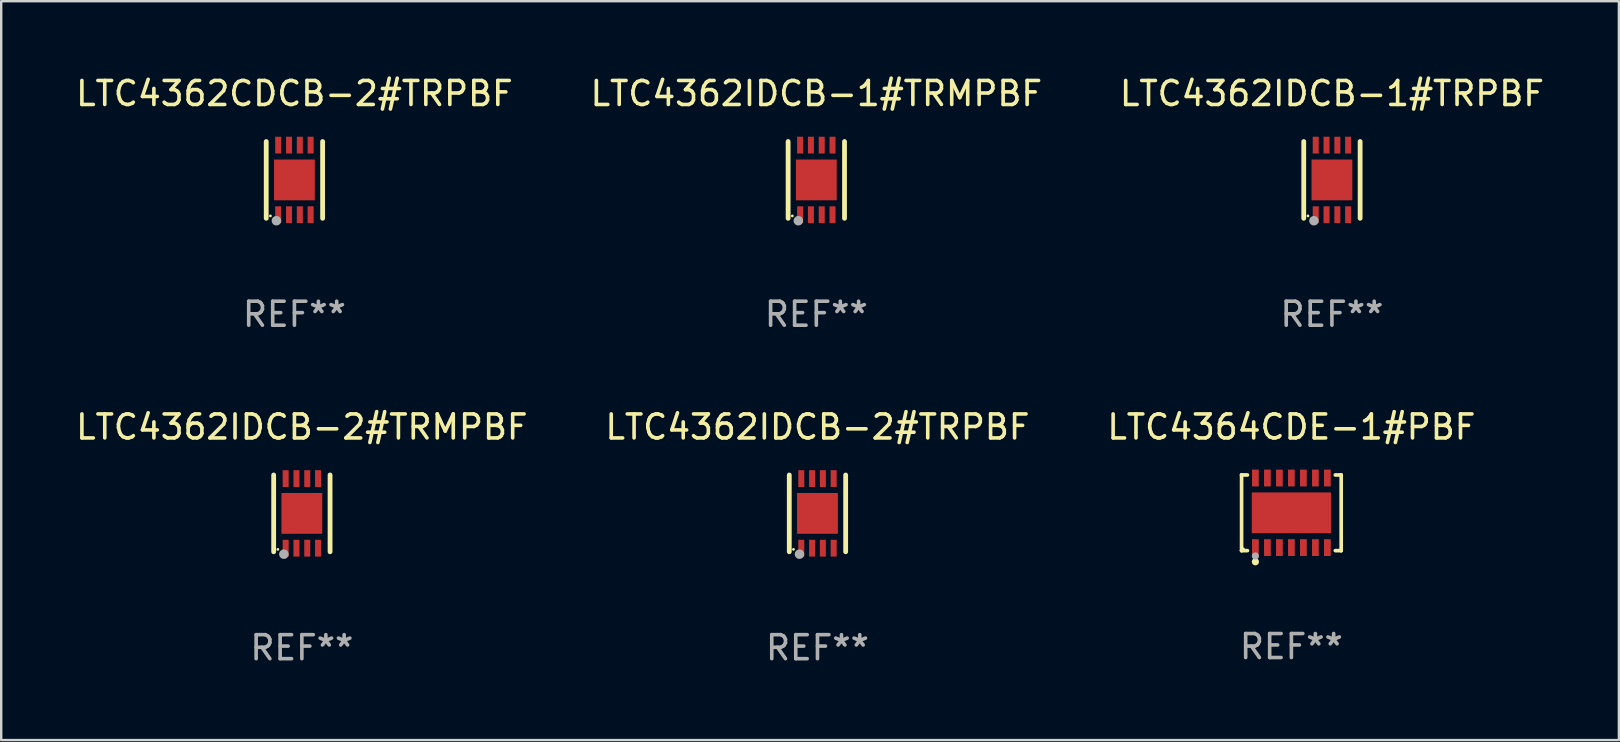
<source format=kicad_pcb>
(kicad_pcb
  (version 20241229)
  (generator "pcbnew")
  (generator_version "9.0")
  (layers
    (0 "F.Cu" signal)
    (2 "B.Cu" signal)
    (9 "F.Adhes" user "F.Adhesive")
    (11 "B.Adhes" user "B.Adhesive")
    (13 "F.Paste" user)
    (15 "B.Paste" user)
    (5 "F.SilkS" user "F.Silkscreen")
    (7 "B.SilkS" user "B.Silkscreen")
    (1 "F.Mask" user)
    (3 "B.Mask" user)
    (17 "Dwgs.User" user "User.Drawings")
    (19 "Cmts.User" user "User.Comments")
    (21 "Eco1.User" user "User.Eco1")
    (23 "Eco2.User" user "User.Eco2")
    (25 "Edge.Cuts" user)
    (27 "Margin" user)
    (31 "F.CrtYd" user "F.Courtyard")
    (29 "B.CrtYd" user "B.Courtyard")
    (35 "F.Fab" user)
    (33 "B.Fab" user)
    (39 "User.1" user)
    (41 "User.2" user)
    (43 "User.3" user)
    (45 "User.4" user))
  (footprint "LTC4362IDCB-2#TRMPBF"
    (layer "F.Cu")
    (at 9.53 18.345)
    (property "Reference" "LTC4362IDCB-2#TRMPBF" (at 0 -3.6 0) (layer "F.SilkS") (effects (font (size 1 1) (thickness 0.15))))
    (attr through_hole)
    (fp_line (start -1.175 1.6) (end -1.175 -1.6) (stroke (width 0.2) (type solid)) (layer "F.SilkS"))
    (fp_line (start 1.175 1.6) (end 1.175 -1.6) (stroke (width 0.2) (type solid)) (layer "F.SilkS"))
    (fp_circle (center -1 1.5) (end -0.97 1.5) (stroke (width 0.06) (type solid)) (fill no) (layer "F.SilkS"))
    (fp_circle (center -0.75 1.7) (end -0.65 1.7) (stroke (width 0.2) (type solid)) (fill no) (layer "F.Fab"))
    (fp_text user "REF**" (at 0 5.6 0) (layer "F.Fab") (effects (font (size 1 1) (thickness 0.15))))
    (pad "1" smd rect (at -0.675 1.45 90) (size 0.7 0.25) (layers "F.Cu" "F.Mask" "F.Paste"))
    (pad "2" smd rect (at -0.225 1.45 90) (size 0.7 0.25) (layers "F.Cu" "F.Mask" "F.Paste"))
    (pad "3" smd rect (at 0.225 1.45 90) (size 0.7 0.25) (layers "F.Cu" "F.Mask" "F.Paste"))
    (pad "4" smd rect (at 0.675 1.45 90) (size 0.7 0.25) (layers "F.Cu" "F.Mask" "F.Paste"))
    (pad "5" smd rect (at 0.675 -1.45 90) (size 0.7 0.25) (layers "F.Cu" "F.Mask" "F.Paste"))
    (pad "6" smd rect (at 0.225 -1.45 90) (size 0.7 0.25) (layers "F.Cu" "F.Mask" "F.Paste"))
    (pad "7" smd rect (at -0.225 -1.45 90) (size 0.7 0.25) (layers "F.Cu" "F.Mask" "F.Paste"))
    (pad "8" smd rect (at -0.675 -1.45 90) (size 0.7 0.25) (layers "F.Cu" "F.Mask" "F.Paste"))
    (pad "9" smd rect (at 0.000127 0 90) (size 1.7 1.7) (layers "F.Cu" "F.Mask" "F.Paste")))
  (footprint "LTC4362IDCB-1#TRMPBF"
    (layer "F.Cu")
    (at 30.97 4.448)
    (property "Reference" "LTC4362IDCB-1#TRMPBF" (at 0 -3.6 0) (layer "F.SilkS") (effects (font (size 1 1) (thickness 0.15))))
    (attr through_hole)
    (fp_line (start -1.175 1.6) (end -1.175 -1.6) (stroke (width 0.2) (type solid)) (layer "F.SilkS"))
    (fp_line (start 1.175 1.6) (end 1.175 -1.6) (stroke (width 0.2) (type solid)) (layer "F.SilkS"))
    (fp_circle (center -1 1.5) (end -0.97 1.5) (stroke (width 0.06) (type solid)) (fill no) (layer "F.SilkS"))
    (fp_circle (center -0.75 1.7) (end -0.65 1.7) (stroke (width 0.2) (type solid)) (fill no) (layer "F.Fab"))
    (fp_text user "REF**" (at 0 5.6 0) (layer "F.Fab") (effects (font (size 1 1) (thickness 0.15))))
    (pad "1" smd rect (at -0.675 1.45 90) (size 0.7 0.25) (layers "F.Cu" "F.Mask" "F.Paste"))
    (pad "2" smd rect (at -0.225 1.45 90) (size 0.7 0.25) (layers "F.Cu" "F.Mask" "F.Paste"))
    (pad "3" smd rect (at 0.225 1.45 90) (size 0.7 0.25) (layers "F.Cu" "F.Mask" "F.Paste"))
    (pad "4" smd rect (at 0.675 1.45 90) (size 0.7 0.25) (layers "F.Cu" "F.Mask" "F.Paste"))
    (pad "5" smd rect (at 0.675 -1.45 90) (size 0.7 0.25) (layers "F.Cu" "F.Mask" "F.Paste"))
    (pad "6" smd rect (at 0.225 -1.45 90) (size 0.7 0.25) (layers "F.Cu" "F.Mask" "F.Paste"))
    (pad "7" smd rect (at -0.225 -1.45 90) (size 0.7 0.25) (layers "F.Cu" "F.Mask" "F.Paste"))
    (pad "8" smd rect (at -0.675 -1.45 90) (size 0.7 0.25) (layers "F.Cu" "F.Mask" "F.Paste"))
    (pad "9" smd rect (at 0.000127 0 90) (size 1.7 1.7) (layers "F.Cu" "F.Mask" "F.Paste")))
  (footprint "LTC4362CDCB-2#TRPBF"
    (layer "F.Cu")
    (at 9.22 4.448)
    (property "Reference" "LTC4362CDCB-2#TRPBF" (at 0 -3.6 0) (layer "F.SilkS") (effects (font (size 1 1) (thickness 0.15))))
    (attr through_hole)
    (fp_line (start -1.175 1.6) (end -1.175 -1.6) (stroke (width 0.2) (type solid)) (layer "F.SilkS"))
    (fp_line (start 1.175 1.6) (end 1.175 -1.6) (stroke (width 0.2) (type solid)) (layer "F.SilkS"))
    (fp_circle (center -1 1.5) (end -0.97 1.5) (stroke (width 0.06) (type solid)) (fill no) (layer "F.SilkS"))
    (fp_circle (center -0.75 1.7) (end -0.65 1.7) (stroke (width 0.2) (type solid)) (fill no) (layer "F.Fab"))
    (fp_text user "REF**" (at 0 5.6 0) (layer "F.Fab") (effects (font (size 1 1) (thickness 0.15))))
    (pad "1" smd rect (at -0.675 1.45 90) (size 0.7 0.25) (layers "F.Cu" "F.Mask" "F.Paste"))
    (pad "2" smd rect (at -0.225 1.45 90) (size 0.7 0.25) (layers "F.Cu" "F.Mask" "F.Paste"))
    (pad "3" smd rect (at 0.225 1.45 90) (size 0.7 0.25) (layers "F.Cu" "F.Mask" "F.Paste"))
    (pad "4" smd rect (at 0.675 1.45 90) (size 0.7 0.25) (layers "F.Cu" "F.Mask" "F.Paste"))
    (pad "5" smd rect (at 0.675 -1.45 90) (size 0.7 0.25) (layers "F.Cu" "F.Mask" "F.Paste"))
    (pad "6" smd rect (at 0.225 -1.45 90) (size 0.7 0.25) (layers "F.Cu" "F.Mask" "F.Paste"))
    (pad "7" smd rect (at -0.225 -1.45 90) (size 0.7 0.25) (layers "F.Cu" "F.Mask" "F.Paste"))
    (pad "8" smd rect (at -0.675 -1.45 90) (size 0.7 0.25) (layers "F.Cu" "F.Mask" "F.Paste"))
    (pad "9" smd rect (at 0.000127 0 90) (size 1.7 1.7) (layers "F.Cu" "F.Mask" "F.Paste")))
  (footprint "LTC4362IDCB-2#TRPBF"
    (layer "F.Cu")
    (at 31.018 18.345)
    (property "Reference" "LTC4362IDCB-2#TRPBF" (at 0 -3.6 0) (layer "F.SilkS") (effects (font (size 1 1) (thickness 0.15))))
    (attr through_hole)
    (fp_line (start -1.175 1.6) (end -1.175 -1.6) (stroke (width 0.2) (type solid)) (layer "F.SilkS"))
    (fp_line (start 1.175 1.6) (end 1.175 -1.6) (stroke (width 0.2) (type solid)) (layer "F.SilkS"))
    (fp_circle (center -1 1.5) (end -0.97 1.5) (stroke (width 0.06) (type solid)) (fill no) (layer "F.SilkS"))
    (fp_circle (center -0.75 1.7) (end -0.65 1.7) (stroke (width 0.2) (type solid)) (fill no) (layer "F.Fab"))
    (fp_text user "REF**" (at 0 5.6 0) (layer "F.Fab") (effects (font (size 1 1) (thickness 0.15))))
    (pad "1" smd rect (at -0.675 1.45 90) (size 0.7 0.25) (layers "F.Cu" "F.Mask" "F.Paste"))
    (pad "2" smd rect (at -0.225 1.45 90) (size 0.7 0.25) (layers "F.Cu" "F.Mask" "F.Paste"))
    (pad "3" smd rect (at 0.225 1.45 90) (size 0.7 0.25) (layers "F.Cu" "F.Mask" "F.Paste"))
    (pad "4" smd rect (at 0.675 1.45 90) (size 0.7 0.25) (layers "F.Cu" "F.Mask" "F.Paste"))
    (pad "5" smd rect (at 0.675 -1.45 90) (size 0.7 0.25) (layers "F.Cu" "F.Mask" "F.Paste"))
    (pad "6" smd rect (at 0.225 -1.45 90) (size 0.7 0.25) (layers "F.Cu" "F.Mask" "F.Paste"))
    (pad "7" smd rect (at -0.225 -1.45 90) (size 0.7 0.25) (layers "F.Cu" "F.Mask" "F.Paste"))
    (pad "8" smd rect (at -0.675 -1.45 90) (size 0.7 0.25) (layers "F.Cu" "F.Mask" "F.Paste"))
    (pad "9" smd rect (at 0.000127 0 90) (size 1.7 1.7) (layers "F.Cu" "F.Mask" "F.Paste")))
  (footprint "LTC4364CDE-1#PBF"
    (layer "F.Cu")
    (at 50.768 18.321)
    (property "Reference" "LTC4364CDE-1#PBF" (at 0 -3.576 0) (layer "F.SilkS") (effects (font (size 1 1) (thickness 0.15))))
    (attr through_hole)
    (fp_line (start -2.076 -1.576) (end -2.076 -1.576) (stroke (width 0.152) (type solid)) (layer "F.SilkS"))
    (fp_line (start -2.076 -1.576) (end -1.831 -1.576) (stroke (width 0.152) (type solid)) (layer "F.SilkS"))
    (fp_line (start -2.076 1.576) (end -2.076 -1.576) (stroke (width 0.152) (type solid)) (layer "F.SilkS"))
    (fp_line (start -2.076 1.576) (end -2.076 1.576) (stroke (width 0.152) (type solid)) (layer "F.SilkS"))
    (fp_line (start -1.831 1.576) (end -2.076 1.576) (stroke (width 0.152) (type solid)) (layer "F.SilkS"))
    (fp_line (start 1.831 1.576) (end 2.076 1.576) (stroke (width 0.152) (type solid)) (layer "F.SilkS"))
    (fp_line (start 2.076 -1.576) (end 1.831 -1.576) (stroke (width 0.152) (type solid)) (layer "F.SilkS"))
    (fp_line (start 2.076 -1.576) (end 2.076 -1.576) (stroke (width 0.152) (type solid)) (layer "F.SilkS"))
    (fp_line (start 2.076 1.576) (end 2.076 -1.576) (stroke (width 0.152) (type solid)) (layer "F.SilkS"))
    (fp_line (start 2.076 1.576) (end 2.076 1.576) (stroke (width 0.152) (type solid)) (layer "F.SilkS"))
    (fp_circle (center -2 1.5) (end -1.97 1.5) (stroke (width 0.06) (type solid)) (fill no) (layer "F.SilkS"))
    (fp_circle (center -1.5 2.04) (end -1.425 2.04) (stroke (width 0.15) (type solid)) (fill no) (layer "F.SilkS"))
    (fp_circle (center -1.5 1.8) (end -1.425 1.8) (stroke (width 0.15) (type solid)) (fill no) (layer "F.Fab"))
    (fp_text user "REF**" (at 0 5.576 0) (layer "F.Fab") (effects (font (size 1 1) (thickness 0.15))))
    (pad "1" smd rect (at -1.5 1.45) (size 0.28 0.7) (layers "F.Cu" "F.Mask" "F.Paste"))
    (pad "2" smd rect (at -1 1.45) (size 0.28 0.7) (layers "F.Cu" "F.Mask" "F.Paste"))
    (pad "3" smd rect (at -0.5 1.45) (size 0.28 0.7) (layers "F.Cu" "F.Mask" "F.Paste"))
    (pad "4" smd rect (at 0 1.45) (size 0.28 0.7) (layers "F.Cu" "F.Mask" "F.Paste"))
    (pad "5" smd rect (at 0.5 1.45) (size 0.28 0.7) (layers "F.Cu" "F.Mask" "F.Paste"))
    (pad "6" smd rect (at 1 1.45) (size 0.28 0.7) (layers "F.Cu" "F.Mask" "F.Paste"))
    (pad "7" smd rect (at 1.5 1.45) (size 0.28 0.7) (layers "F.Cu" "F.Mask" "F.Paste"))
    (pad "8" smd rect (at 1.5 -1.45) (size 0.28 0.7) (layers "F.Cu" "F.Mask" "F.Paste"))
    (pad "9" smd rect (at 1 -1.45) (size 0.28 0.7) (layers "F.Cu" "F.Mask" "F.Paste"))
    (pad "10" smd rect (at 0.5 -1.45) (size 0.28 0.7) (layers "F.Cu" "F.Mask" "F.Paste"))
    (pad "11" smd rect (at 0 -1.45) (size 0.28 0.7) (layers "F.Cu" "F.Mask" "F.Paste"))
    (pad "12" smd rect (at -0.5 -1.45) (size 0.28 0.7) (layers "F.Cu" "F.Mask" "F.Paste"))
    (pad "13" smd rect (at -1 -1.45) (size 0.28 0.7) (layers "F.Cu" "F.Mask" "F.Paste"))
    (pad "14" smd rect (at -1.5 -1.45) (size 0.28 0.7) (layers "F.Cu" "F.Mask" "F.Paste"))
    (pad "15" smd rect (at 0 0) (size 3.3 1.7) (layers "F.Cu" "F.Mask" "F.Paste")))
  (footprint "LTC4362IDCB-1#TRPBF"
    (layer "F.Cu")
    (at 52.458 4.448)
    (property "Reference" "LTC4362IDCB-1#TRPBF" (at 0 -3.6 0) (layer "F.SilkS") (effects (font (size 1 1) (thickness 0.15))))
    (attr through_hole)
    (fp_line (start -1.175 1.6) (end -1.175 -1.6) (stroke (width 0.2) (type solid)) (layer "F.SilkS"))
    (fp_line (start 1.175 1.6) (end 1.175 -1.6) (stroke (width 0.2) (type solid)) (layer "F.SilkS"))
    (fp_circle (center -1 1.5) (end -0.97 1.5) (stroke (width 0.06) (type solid)) (fill no) (layer "F.SilkS"))
    (fp_circle (center -0.75 1.7) (end -0.65 1.7) (stroke (width 0.2) (type solid)) (fill no) (layer "F.Fab"))
    (fp_text user "REF**" (at 0 5.6 0) (layer "F.Fab") (effects (font (size 1 1) (thickness 0.15))))
    (pad "1" smd rect (at -0.675 1.45 90) (size 0.7 0.25) (layers "F.Cu" "F.Mask" "F.Paste"))
    (pad "2" smd rect (at -0.225 1.45 90) (size 0.7 0.25) (layers "F.Cu" "F.Mask" "F.Paste"))
    (pad "3" smd rect (at 0.225 1.45 90) (size 0.7 0.25) (layers "F.Cu" "F.Mask" "F.Paste"))
    (pad "4" smd rect (at 0.675 1.45 90) (size 0.7 0.25) (layers "F.Cu" "F.Mask" "F.Paste"))
    (pad "5" smd rect (at 0.675 -1.45 90) (size 0.7 0.25) (layers "F.Cu" "F.Mask" "F.Paste"))
    (pad "6" smd rect (at 0.225 -1.45 90) (size 0.7 0.25) (layers "F.Cu" "F.Mask" "F.Paste"))
    (pad "7" smd rect (at -0.225 -1.45 90) (size 0.7 0.25) (layers "F.Cu" "F.Mask" "F.Paste"))
    (pad "8" smd rect (at -0.675 -1.45 90) (size 0.7 0.25) (layers "F.Cu" "F.Mask" "F.Paste"))
    (pad "9" smd rect (at 0.000127 0 90) (size 1.7 1.7) (layers "F.Cu" "F.Mask" "F.Paste")))
  (gr_rect
    (start -3 -3)
    (end 64.417 27.793)
    (stroke (width 0.1) (type default))
    (fill no)
    (layer "Edge.Cuts")))
</source>
